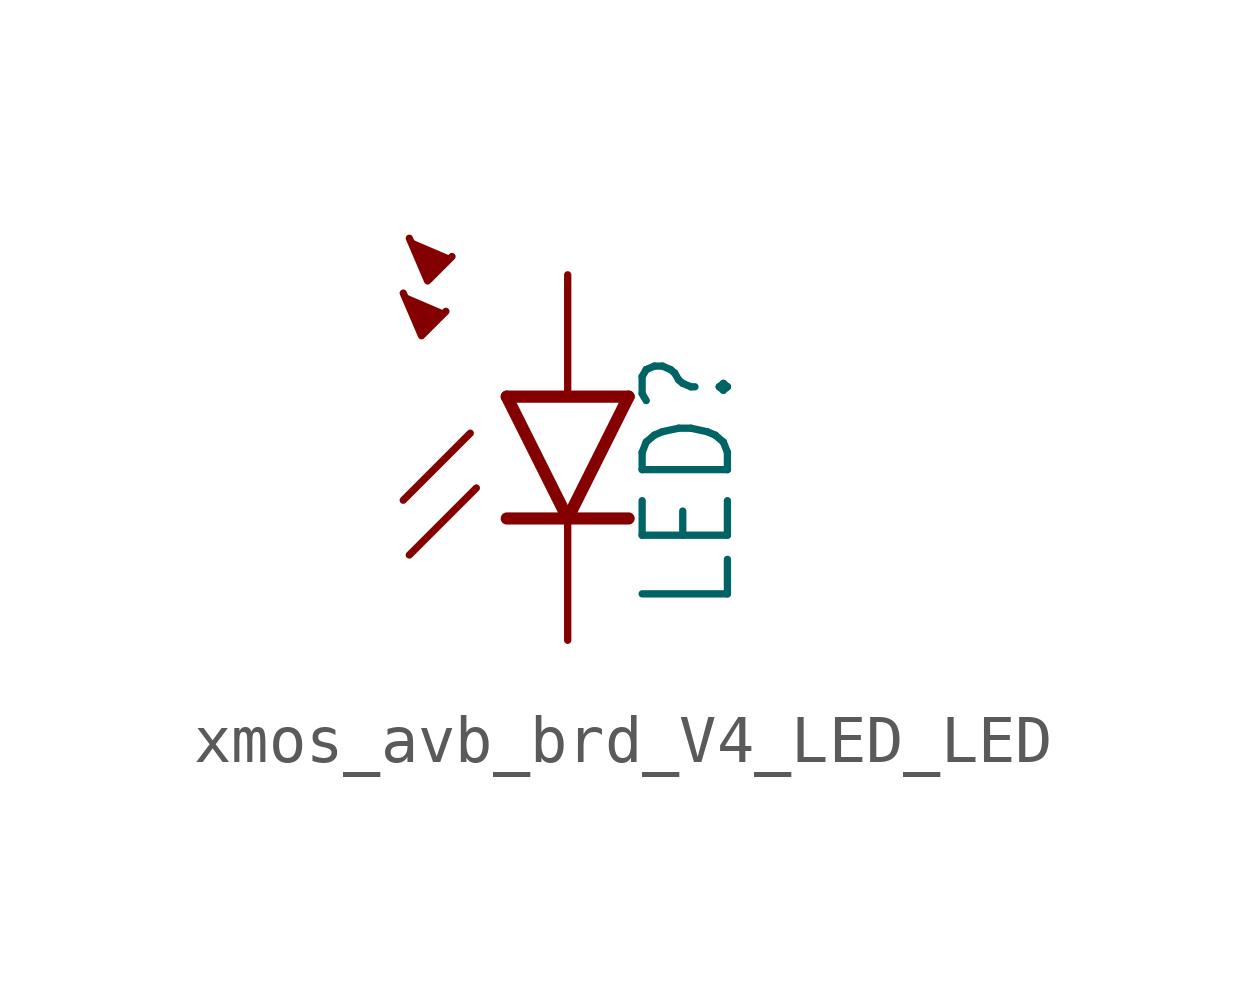
<source format=kicad_sym>
(kicad_symbol_lib
  (version 20241209)
  (generator "kicad_symbol_editor")
  (generator_version "9.0")
  (symbol "xmos_avb_brd_V4_LED_LED"
    (property "Reference" "LED"
      (at 3.556 -4.572 90)
      (effects (font (size 1.778 1.511)) (justify left bottom)))
    (property "Value" ""
      (at 5.715 -4.572 90)
      (effects (font (size 1.778 1.511)) (justify left bottom)))
    (property "ki_locked" ""
      (at 0 0 0)
      (effects (font (size 1.27 1.27))))
    (symbol "xmos_avb_brd_V4_LED_LED_1_0"
      (polyline (pts (xy -3.429 2.159) (xy -3.048 1.27) (xy -2.54 1.778)) (stroke (width 0.152) (type solid)) (fill (type outline)))
      (polyline (pts (xy -3.302 3.302) (xy -2.921 2.413) (xy -2.413 2.921)) (stroke (width 0.152) (type solid)) (fill (type outline)))
      (polyline (pts (xy -2.032 -0.762) (xy -3.429 -2.159)) (stroke (width 0.152) (type solid)) (fill (type none)))
      (polyline (pts (xy -1.905 -1.905) (xy -3.302 -3.302)) (stroke (width 0.152) (type solid)) (fill (type none)))
      (polyline (pts (xy 0 -2.54) (xy -1.27 0)) (stroke (width 0.254) (type solid)) (fill (type none)))
      (polyline (pts (xy 0 -2.54) (xy -1.27 -2.54)) (stroke (width 0.254) (type solid)) (fill (type none)))
      (polyline (pts (xy 1.27 0) (xy -1.27 0)) (stroke (width 0.254) (type solid)) (fill (type none)))
      (polyline (pts (xy 1.27 0) (xy 0 -2.54)) (stroke (width 0.254) (type solid)) (fill (type none)))
      (polyline (pts (xy 1.27 -2.54) (xy 0 -2.54)) (stroke (width 0.254) (type solid)) (fill (type none)))
      (pin passive line (at 0 2.54 270) (length 2.54) (name "A" (effects (font (size 0 0)))) (number "A@1" (effects (font (size 0 0)))))
      (pin passive line (at 0 -5.08 90) (length 2.54) (name "C" (effects (font (size 0 0)))) (number "C@1" (effects (font (size 0 0))))))))
</source>
